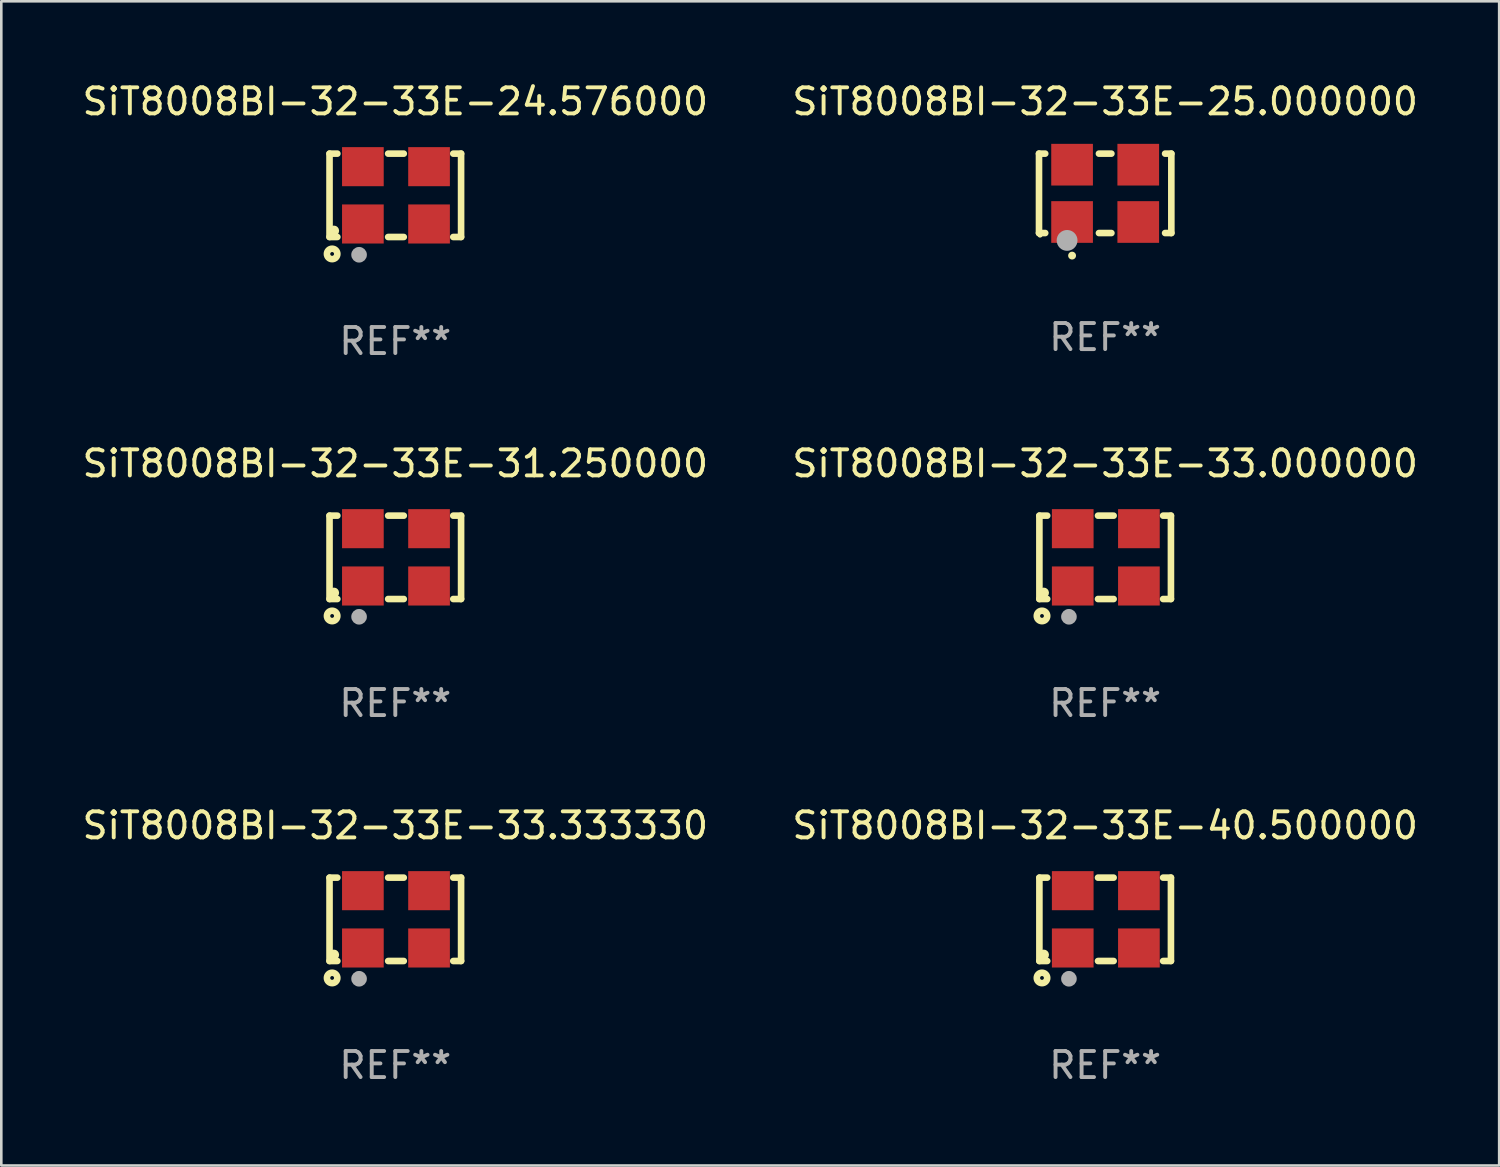
<source format=kicad_pcb>
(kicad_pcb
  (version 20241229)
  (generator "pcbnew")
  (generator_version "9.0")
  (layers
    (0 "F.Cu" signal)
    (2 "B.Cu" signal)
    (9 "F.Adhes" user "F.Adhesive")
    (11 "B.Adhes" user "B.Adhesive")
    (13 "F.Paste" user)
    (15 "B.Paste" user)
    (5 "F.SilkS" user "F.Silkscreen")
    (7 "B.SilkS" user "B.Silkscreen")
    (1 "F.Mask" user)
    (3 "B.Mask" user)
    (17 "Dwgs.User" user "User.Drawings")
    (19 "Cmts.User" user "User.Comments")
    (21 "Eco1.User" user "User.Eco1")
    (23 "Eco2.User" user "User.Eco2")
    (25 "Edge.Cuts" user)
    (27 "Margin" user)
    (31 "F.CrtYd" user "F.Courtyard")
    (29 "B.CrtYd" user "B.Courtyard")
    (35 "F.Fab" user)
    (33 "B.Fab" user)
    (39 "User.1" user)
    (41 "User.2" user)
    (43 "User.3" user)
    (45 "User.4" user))
  (footprint "SiT8008BI-32-33E-40.500000"
    (layer "F.Cu")
    (at 39.375 32.241)
    (property "Reference" "SiT8008BI-32-33E-40.500000" (at 0 -3.6 0) (layer "F.SilkS") (effects (font (size 1 1) (thickness 0.15))))
    (attr through_hole)
    (fp_line (start -2.525 -1.6) (end -2.225 -1.6) (stroke (width 0.254) (type solid)) (layer "F.SilkS"))
    (fp_line (start -2.525 1.6) (end -2.525 -1.6) (stroke (width 0.254) (type solid)) (layer "F.SilkS"))
    (fp_line (start -2.225 1.6) (end -2.525 1.6) (stroke (width 0.254) (type solid)) (layer "F.SilkS"))
    (fp_line (start -0.275 -1.6) (end 0.325 -1.6) (stroke (width 0.254) (type solid)) (layer "F.SilkS"))
    (fp_line (start -0.275 1.6) (end 0.325 1.6) (stroke (width 0.254) (type solid)) (layer "F.SilkS"))
    (fp_line (start 2.225 -1.6) (end 2.525 -1.6) (stroke (width 0.254) (type solid)) (layer "F.SilkS"))
    (fp_line (start 2.525 -1.6) (end 2.525 1.6) (stroke (width 0.254) (type solid)) (layer "F.SilkS"))
    (fp_line (start 2.525 1.6) (end 2.225 1.6) (stroke (width 0.254) (type solid)) (layer "F.SilkS"))
    (fp_circle (center -2.425 2.25) (end -2.225 2.25) (stroke (width 0.254) (type solid)) (fill no) (layer "F.SilkS"))
    (fp_circle (center -2.357 1.362) (end -2.257 1.362) (stroke (width 0.2) (type solid)) (fill no) (layer "F.SilkS"))
    (fp_circle (center -1.391 2.282) (end -1.241 2.282) (stroke (width 0.3) (type solid)) (fill no) (layer "F.Fab"))
    (fp_text user "REF**" (at 0 5.6 0) (layer "F.Fab") (effects (font (size 1 1) (thickness 0.15))))
    (pad "1" smd rect (at -1.245 1.1) (size 1.6 1.5) (layers "F.Cu" "F.Mask" "F.Paste"))
    (pad "2" smd rect (at 1.295 1.1) (size 1.6 1.5) (layers "F.Cu" "F.Mask" "F.Paste"))
    (pad "3" smd rect (at 1.295 -1.1 180) (size 1.6 1.5) (layers "F.Cu" "F.Mask" "F.Paste"))
    (pad "4" smd rect (at -1.245 -1.1) (size 1.6 1.5) (layers "F.Cu" "F.Mask" "F.Paste")))
  (footprint "SiT8008BI-32-33E-33.333330"
    (layer "F.Cu")
    (at 12.125 32.241)
    (property "Reference" "SiT8008BI-32-33E-33.333330" (at 0 -3.6 0) (layer "F.SilkS") (effects (font (size 1 1) (thickness 0.15))))
    (attr through_hole)
    (fp_line (start -2.525 -1.6) (end -2.225 -1.6) (stroke (width 0.254) (type solid)) (layer "F.SilkS"))
    (fp_line (start -2.525 1.6) (end -2.525 -1.6) (stroke (width 0.254) (type solid)) (layer "F.SilkS"))
    (fp_line (start -2.225 1.6) (end -2.525 1.6) (stroke (width 0.254) (type solid)) (layer "F.SilkS"))
    (fp_line (start -0.275 -1.6) (end 0.325 -1.6) (stroke (width 0.254) (type solid)) (layer "F.SilkS"))
    (fp_line (start -0.275 1.6) (end 0.325 1.6) (stroke (width 0.254) (type solid)) (layer "F.SilkS"))
    (fp_line (start 2.225 -1.6) (end 2.525 -1.6) (stroke (width 0.254) (type solid)) (layer "F.SilkS"))
    (fp_line (start 2.525 -1.6) (end 2.525 1.6) (stroke (width 0.254) (type solid)) (layer "F.SilkS"))
    (fp_line (start 2.525 1.6) (end 2.225 1.6) (stroke (width 0.254) (type solid)) (layer "F.SilkS"))
    (fp_circle (center -2.425 2.25) (end -2.225 2.25) (stroke (width 0.254) (type solid)) (fill no) (layer "F.SilkS"))
    (fp_circle (center -2.357 1.362) (end -2.257 1.362) (stroke (width 0.2) (type solid)) (fill no) (layer "F.SilkS"))
    (fp_circle (center -1.391 2.282) (end -1.241 2.282) (stroke (width 0.3) (type solid)) (fill no) (layer "F.Fab"))
    (fp_text user "REF**" (at 0 5.6 0) (layer "F.Fab") (effects (font (size 1 1) (thickness 0.15))))
    (pad "1" smd rect (at -1.245 1.1) (size 1.6 1.5) (layers "F.Cu" "F.Mask" "F.Paste"))
    (pad "2" smd rect (at 1.295 1.1) (size 1.6 1.5) (layers "F.Cu" "F.Mask" "F.Paste"))
    (pad "3" smd rect (at 1.295 -1.1 180) (size 1.6 1.5) (layers "F.Cu" "F.Mask" "F.Paste"))
    (pad "4" smd rect (at -1.245 -1.1) (size 1.6 1.5) (layers "F.Cu" "F.Mask" "F.Paste")))
  (footprint "SiT8008BI-32-33E-33.000000"
    (layer "F.Cu")
    (at 39.375 18.345)
    (property "Reference" "SiT8008BI-32-33E-33.000000" (at 0 -3.6 0) (layer "F.SilkS") (effects (font (size 1 1) (thickness 0.15))))
    (attr through_hole)
    (fp_line (start -2.525 -1.6) (end -2.225 -1.6) (stroke (width 0.254) (type solid)) (layer "F.SilkS"))
    (fp_line (start -2.525 1.6) (end -2.525 -1.6) (stroke (width 0.254) (type solid)) (layer "F.SilkS"))
    (fp_line (start -2.225 1.6) (end -2.525 1.6) (stroke (width 0.254) (type solid)) (layer "F.SilkS"))
    (fp_line (start -0.275 -1.6) (end 0.325 -1.6) (stroke (width 0.254) (type solid)) (layer "F.SilkS"))
    (fp_line (start -0.275 1.6) (end 0.325 1.6) (stroke (width 0.254) (type solid)) (layer "F.SilkS"))
    (fp_line (start 2.225 -1.6) (end 2.525 -1.6) (stroke (width 0.254) (type solid)) (layer "F.SilkS"))
    (fp_line (start 2.525 -1.6) (end 2.525 1.6) (stroke (width 0.254) (type solid)) (layer "F.SilkS"))
    (fp_line (start 2.525 1.6) (end 2.225 1.6) (stroke (width 0.254) (type solid)) (layer "F.SilkS"))
    (fp_circle (center -2.425 2.25) (end -2.225 2.25) (stroke (width 0.254) (type solid)) (fill no) (layer "F.SilkS"))
    (fp_circle (center -2.357 1.362) (end -2.257 1.362) (stroke (width 0.2) (type solid)) (fill no) (layer "F.SilkS"))
    (fp_circle (center -1.391 2.282) (end -1.241 2.282) (stroke (width 0.3) (type solid)) (fill no) (layer "F.Fab"))
    (fp_text user "REF**" (at 0 5.6 0) (layer "F.Fab") (effects (font (size 1 1) (thickness 0.15))))
    (pad "1" smd rect (at -1.245 1.1) (size 1.6 1.5) (layers "F.Cu" "F.Mask" "F.Paste"))
    (pad "2" smd rect (at 1.295 1.1) (size 1.6 1.5) (layers "F.Cu" "F.Mask" "F.Paste"))
    (pad "3" smd rect (at 1.295 -1.1 180) (size 1.6 1.5) (layers "F.Cu" "F.Mask" "F.Paste"))
    (pad "4" smd rect (at -1.245 -1.1) (size 1.6 1.5) (layers "F.Cu" "F.Mask" "F.Paste")))
  (footprint "SiT8008BI-32-33E-25.000000"
    (layer "F.Cu")
    (at 39.375 4.372)
    (property "Reference" "SiT8008BI-32-33E-25.000000" (at 0 -3.524 0) (layer "F.SilkS") (effects (font (size 1 1) (thickness 0.15))))
    (attr through_hole)
    (fp_line (start -2.54 -1.524) (end -2.301 -1.524) (stroke (width 0.254) (type solid)) (layer "F.SilkS"))
    (fp_line (start -2.54 1.524) (end -2.54 -1.524) (stroke (width 0.254) (type solid)) (layer "F.SilkS"))
    (fp_line (start -2.301 1.524) (end -2.54 1.524) (stroke (width 0.254) (type solid)) (layer "F.SilkS"))
    (fp_line (start -0.239 -1.524) (end 0.239 -1.524) (stroke (width 0.254) (type solid)) (layer "F.SilkS"))
    (fp_line (start 0.239 1.524) (end -0.239 1.524) (stroke (width 0.254) (type solid)) (layer "F.SilkS"))
    (fp_line (start 2.301 -1.524) (end 2.54 -1.524) (stroke (width 0.254) (type solid)) (layer "F.SilkS"))
    (fp_line (start 2.54 -1.524) (end 2.54 1.524) (stroke (width 0.254) (type solid)) (layer "F.SilkS"))
    (fp_line (start 2.54 1.524) (end 2.301 1.524) (stroke (width 0.254) (type solid)) (layer "F.SilkS"))
    (fp_arc (start -1.271298 2.389992) (mid -1.270028 2.389987) (end -1.268758 2.389992) (stroke (width 0.3) (type solid)) (layer "F.SilkS"))
    (fp_circle (center -2.5 1.6) (end -2.45 1.6) (stroke (width 0.1) (type solid)) (fill no) (layer "F.SilkS"))
    (fp_circle (center -1.462 1.807) (end -1.262 1.807) (stroke (width 0.4) (type solid)) (fill no) (layer "F.Fab"))
    (fp_text user "REF**" (at 0 5.524 0) (layer "F.Fab") (effects (font (size 1 1) (thickness 0.15))))
    (pad "1" smd rect (at -1.27 1.1) (size 1.6 1.6) (layers "F.Cu" "F.Mask" "F.Paste"))
    (pad "2" smd rect (at 1.27 1.1) (size 1.6 1.6) (layers "F.Cu" "F.Mask" "F.Paste"))
    (pad "3" smd rect (at 1.27 -1.1) (size 1.6 1.6) (layers "F.Cu" "F.Mask" "F.Paste"))
    (pad "4" smd rect (at -1.27 -1.1) (size 1.6 1.6) (layers "F.Cu" "F.Mask" "F.Paste")))
  (footprint "SiT8008BI-32-33E-24.576000"
    (layer "F.Cu")
    (at 12.125 4.448)
    (property "Reference" "SiT8008BI-32-33E-24.576000" (at 0 -3.6 0) (layer "F.SilkS") (effects (font (size 1 1) (thickness 0.15))))
    (attr through_hole)
    (fp_line (start -2.525 -1.6) (end -2.225 -1.6) (stroke (width 0.254) (type solid)) (layer "F.SilkS"))
    (fp_line (start -2.525 1.6) (end -2.525 -1.6) (stroke (width 0.254) (type solid)) (layer "F.SilkS"))
    (fp_line (start -2.225 1.6) (end -2.525 1.6) (stroke (width 0.254) (type solid)) (layer "F.SilkS"))
    (fp_line (start -0.275 -1.6) (end 0.325 -1.6) (stroke (width 0.254) (type solid)) (layer "F.SilkS"))
    (fp_line (start -0.275 1.6) (end 0.325 1.6) (stroke (width 0.254) (type solid)) (layer "F.SilkS"))
    (fp_line (start 2.225 -1.6) (end 2.525 -1.6) (stroke (width 0.254) (type solid)) (layer "F.SilkS"))
    (fp_line (start 2.525 -1.6) (end 2.525 1.6) (stroke (width 0.254) (type solid)) (layer "F.SilkS"))
    (fp_line (start 2.525 1.6) (end 2.225 1.6) (stroke (width 0.254) (type solid)) (layer "F.SilkS"))
    (fp_circle (center -2.425 2.25) (end -2.225 2.25) (stroke (width 0.254) (type solid)) (fill no) (layer "F.SilkS"))
    (fp_circle (center -2.357 1.362) (end -2.257 1.362) (stroke (width 0.2) (type solid)) (fill no) (layer "F.SilkS"))
    (fp_circle (center -1.391 2.282) (end -1.241 2.282) (stroke (width 0.3) (type solid)) (fill no) (layer "F.Fab"))
    (fp_text user "REF**" (at 0 5.6 0) (layer "F.Fab") (effects (font (size 1 1) (thickness 0.15))))
    (pad "1" smd rect (at -1.245 1.1) (size 1.6 1.5) (layers "F.Cu" "F.Mask" "F.Paste"))
    (pad "2" smd rect (at 1.295 1.1) (size 1.6 1.5) (layers "F.Cu" "F.Mask" "F.Paste"))
    (pad "3" smd rect (at 1.295 -1.1 180) (size 1.6 1.5) (layers "F.Cu" "F.Mask" "F.Paste"))
    (pad "4" smd rect (at -1.245 -1.1) (size 1.6 1.5) (layers "F.Cu" "F.Mask" "F.Paste")))
  (footprint "SiT8008BI-32-33E-31.250000"
    (layer "F.Cu")
    (at 12.125 18.345)
    (property "Reference" "SiT8008BI-32-33E-31.250000" (at 0 -3.6 0) (layer "F.SilkS") (effects (font (size 1 1) (thickness 0.15))))
    (attr through_hole)
    (fp_line (start -2.525 -1.6) (end -2.225 -1.6) (stroke (width 0.254) (type solid)) (layer "F.SilkS"))
    (fp_line (start -2.525 1.6) (end -2.525 -1.6) (stroke (width 0.254) (type solid)) (layer "F.SilkS"))
    (fp_line (start -2.225 1.6) (end -2.525 1.6) (stroke (width 0.254) (type solid)) (layer "F.SilkS"))
    (fp_line (start -0.275 -1.6) (end 0.325 -1.6) (stroke (width 0.254) (type solid)) (layer "F.SilkS"))
    (fp_line (start -0.275 1.6) (end 0.325 1.6) (stroke (width 0.254) (type solid)) (layer "F.SilkS"))
    (fp_line (start 2.225 -1.6) (end 2.525 -1.6) (stroke (width 0.254) (type solid)) (layer "F.SilkS"))
    (fp_line (start 2.525 -1.6) (end 2.525 1.6) (stroke (width 0.254) (type solid)) (layer "F.SilkS"))
    (fp_line (start 2.525 1.6) (end 2.225 1.6) (stroke (width 0.254) (type solid)) (layer "F.SilkS"))
    (fp_circle (center -2.425 2.25) (end -2.225 2.25) (stroke (width 0.254) (type solid)) (fill no) (layer "F.SilkS"))
    (fp_circle (center -2.357 1.362) (end -2.257 1.362) (stroke (width 0.2) (type solid)) (fill no) (layer "F.SilkS"))
    (fp_circle (center -1.391 2.282) (end -1.241 2.282) (stroke (width 0.3) (type solid)) (fill no) (layer "F.Fab"))
    (fp_text user "REF**" (at 0 5.6 0) (layer "F.Fab") (effects (font (size 1 1) (thickness 0.15))))
    (pad "1" smd rect (at -1.245 1.1) (size 1.6 1.5) (layers "F.Cu" "F.Mask" "F.Paste"))
    (pad "2" smd rect (at 1.295 1.1) (size 1.6 1.5) (layers "F.Cu" "F.Mask" "F.Paste"))
    (pad "3" smd rect (at 1.295 -1.1 180) (size 1.6 1.5) (layers "F.Cu" "F.Mask" "F.Paste"))
    (pad "4" smd rect (at -1.245 -1.1) (size 1.6 1.5) (layers "F.Cu" "F.Mask" "F.Paste")))
  (gr_rect
    (start -3 -3)
    (end 54.5 41.69)
    (stroke (width 0.1) (type default))
    (fill no)
    (layer "Edge.Cuts")))
</source>
